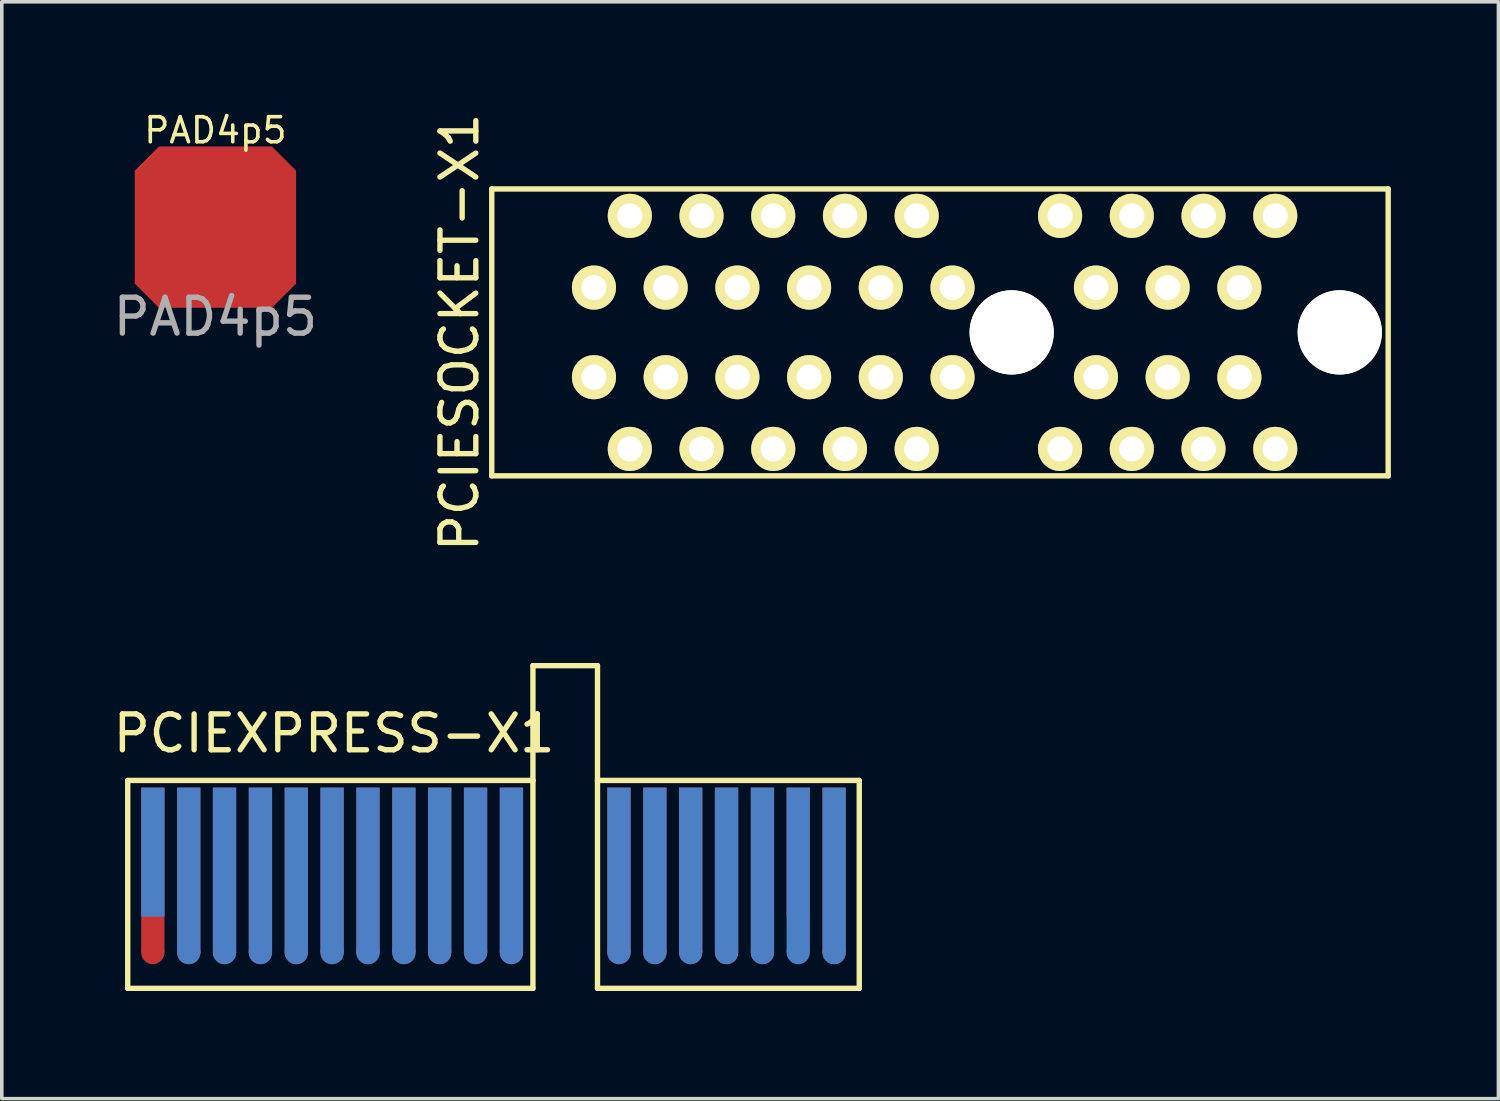
<source format=kicad_pcb>
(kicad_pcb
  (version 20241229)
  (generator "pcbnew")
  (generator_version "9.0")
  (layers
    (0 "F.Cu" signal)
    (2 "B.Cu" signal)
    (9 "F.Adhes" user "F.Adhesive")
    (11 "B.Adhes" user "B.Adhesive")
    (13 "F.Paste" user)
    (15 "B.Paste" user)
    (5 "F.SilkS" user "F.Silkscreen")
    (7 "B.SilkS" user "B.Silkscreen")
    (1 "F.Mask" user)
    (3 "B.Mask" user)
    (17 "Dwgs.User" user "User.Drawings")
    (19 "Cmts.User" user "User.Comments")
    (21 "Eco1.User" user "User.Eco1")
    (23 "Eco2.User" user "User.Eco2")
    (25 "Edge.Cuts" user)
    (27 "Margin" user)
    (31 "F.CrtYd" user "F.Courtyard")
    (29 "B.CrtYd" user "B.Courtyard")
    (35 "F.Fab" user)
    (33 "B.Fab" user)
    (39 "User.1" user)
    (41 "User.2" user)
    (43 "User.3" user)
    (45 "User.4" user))
  (footprint "PCIEXPRESS-X1"
    (layer "F.Cu")
    (at 10.713 21.215)
    (property "Reference" "PCIEXPRESS-X1" (at -4.445 -3.81 0) (layer "F.SilkS") (effects (font (size 1 1) (thickness 0.15))))
    (attr through_hole)
    (fp_line (start -10.201 -2.499) (end 1.1 -2.499) (stroke (width 0.15) (type solid)) (layer "F.SilkS"))
    (fp_line (start -10.201 3.299) (end -10.201 -2.499) (stroke (width 0.15) (type solid)) (layer "F.SilkS"))
    (fp_line (start 1.1 -5.7) (end 2.901 -5.7) (stroke (width 0.15) (type solid)) (layer "F.SilkS"))
    (fp_line (start 1.1 -2.499) (end 1.1 -5.7) (stroke (width 0.15) (type solid)) (layer "F.SilkS"))
    (fp_line (start 1.1 -2.499) (end 1.1 3.299) (stroke (width 0.15) (type solid)) (layer "F.SilkS"))
    (fp_line (start 1.1 3.299) (end -10.201 3.299) (stroke (width 0.15) (type solid)) (layer "F.SilkS"))
    (fp_line (start 2.901 -5.7) (end 2.901 -2.499) (stroke (width 0.15) (type solid)) (layer "F.SilkS"))
    (fp_line (start 2.901 -2.499) (end 2.901 3.299) (stroke (width 0.15) (type solid)) (layer "F.SilkS"))
    (fp_line (start 2.901 3.299) (end 10.201 3.299) (stroke (width 0.15) (type solid)) (layer "F.SilkS"))
    (fp_line (start 10.201 -2.499) (end 2.901 -2.499) (stroke (width 0.15) (type solid)) (layer "F.SilkS"))
    (fp_line (start 10.201 -2.499) (end 10.201 3.299) (stroke (width 0.15) (type solid)) (layer "F.SilkS"))
    (pad "A1" connect rect (at -9.5 -0.5) (size 0.65 3.599) (layers "B.Cu" "B.Mask"))
    (pad "A2" connect rect (at -8.499 0) (size 0.65 4.6) (layers "B.Cu" "B.Mask"))
    (pad "A2" connect oval (at -8.499 2.301 90) (size 0.65 0.65) (layers "B.Cu" "B.Mask"))
    (pad "A3" connect rect (at -7.501 0) (size 0.65 4.6) (layers "B.Cu" "B.Mask"))
    (pad "A3" connect oval (at -7.501 2.301 90) (size 0.65 0.65) (layers "B.Cu" "B.Mask"))
    (pad "A4" connect rect (at -6.5 0) (size 0.65 4.6) (layers "B.Cu" "B.Mask"))
    (pad "A4" connect oval (at -6.5 2.301 90) (size 0.65 0.65) (layers "B.Cu" "B.Mask"))
    (pad "A5" connect rect (at -5.499 0) (size 0.65 4.6) (layers "B.Cu" "B.Mask"))
    (pad "A5" connect oval (at -5.499 2.301 90) (size 0.65 0.65) (layers "B.Cu" "B.Mask"))
    (pad "A6" connect rect (at -4.501 0) (size 0.65 4.6) (layers "B.Cu" "B.Mask"))
    (pad "A6" connect oval (at -4.501 2.301 90) (size 0.65 0.65) (layers "B.Cu" "B.Mask"))
    (pad "A7" connect rect (at -3.5 0) (size 0.65 4.6) (layers "B.Cu" "B.Mask"))
    (pad "A7" connect oval (at -3.5 2.301 90) (size 0.65 0.65) (layers "B.Cu" "B.Mask"))
    (pad "A8" connect rect (at -2.499 0) (size 0.65 4.6) (layers "B.Cu" "B.Mask"))
    (pad "A8" connect oval (at -2.499 2.301 90) (size 0.65 0.65) (layers "B.Cu" "B.Mask"))
    (pad "A9" connect rect (at -1.501 0) (size 0.65 4.6) (layers "B.Cu" "B.Mask"))
    (pad "A9" connect oval (at -1.501 2.301 90) (size 0.65 0.65) (layers "B.Cu" "B.Mask"))
    (pad "A10" connect rect (at -0.5 0) (size 0.65 4.6) (layers "B.Cu" "B.Mask"))
    (pad "A10" connect oval (at -0.5 2.301 90) (size 0.65 0.65) (layers "B.Cu" "B.Mask"))
    (pad "A11" connect rect (at 0.5 0) (size 0.65 4.6) (layers "B.Cu" "B.Mask"))
    (pad "A11" connect oval (at 0.5 2.301 90) (size 0.65 0.65) (layers "B.Cu" "B.Mask"))
    (pad "A12" connect rect (at 3.5 0) (size 0.65 4.6) (layers "B.Cu" "B.Mask"))
    (pad "A12" connect oval (at 3.5 2.301 90) (size 0.65 0.65) (layers "B.Cu" "B.Mask"))
    (pad "A13" connect rect (at 4.501 0) (size 0.65 4.6) (layers "B.Cu" "B.Mask"))
    (pad "A13" connect oval (at 4.501 2.301 90) (size 0.65 0.65) (layers "B.Cu" "B.Mask"))
    (pad "A14" connect rect (at 5.499 0) (size 0.65 4.6) (layers "B.Cu" "B.Mask"))
    (pad "A14" connect oval (at 5.499 2.301 90) (size 0.65 0.65) (layers "B.Cu" "B.Mask"))
    (pad "A15" connect rect (at 6.5 0) (size 0.65 4.6) (layers "B.Cu" "B.Mask"))
    (pad "A15" connect oval (at 6.5 2.301 90) (size 0.65 0.65) (layers "B.Cu" "B.Mask"))
    (pad "A16" connect rect (at 7.501 0) (size 0.65 4.6) (layers "B.Cu" "B.Mask"))
    (pad "A16" connect oval (at 7.501 2.301 90) (size 0.65 0.65) (layers "B.Cu" "B.Mask"))
    (pad "A17" connect rect (at 8.499 0) (size 0.65 4.6) (layers "B.Cu" "B.Mask"))
    (pad "A17" connect oval (at 8.499 2.301 90) (size 0.65 0.65) (layers "B.Cu" "B.Mask"))
    (pad "A18" connect rect (at 9.5 0) (size 0.65 4.6) (layers "B.Cu" "B.Mask"))
    (pad "A18" connect oval (at 9.5 2.301 90) (size 0.65 0.65) (layers "B.Cu" "B.Mask"))
    (pad "B1" connect rect (at -9.5 0) (size 0.65 4.6) (layers "F.Cu" "F.Mask"))
    (pad "B1" connect circle (at -9.5 2.301) (size 0.65 0.65) (layers "F.Cu" "F.Mask"))
    (pad "B2" connect rect (at -8.499 0) (size 0.65 4.6) (layers "F.Cu" "F.Mask"))
    (pad "B2" connect circle (at -8.499 2.301) (size 0.65 0.65) (layers "F.Cu" "F.Mask"))
    (pad "B3" connect rect (at -7.501 0) (size 0.65 4.6) (layers "F.Cu" "F.Mask"))
    (pad "B3" connect circle (at -7.501 2.301) (size 0.65 0.65) (layers "F.Cu" "F.Mask"))
    (pad "B4" connect rect (at -6.5 0) (size 0.65 4.6) (layers "F.Cu" "F.Mask"))
    (pad "B4" connect circle (at -6.5 2.301) (size 0.65 0.65) (layers "F.Cu" "F.Mask"))
    (pad "B5" connect rect (at -5.499 0) (size 0.65 4.6) (layers "F.Cu" "F.Mask"))
    (pad "B5" connect circle (at -5.499 2.301) (size 0.65 0.65) (layers "F.Cu" "F.Mask"))
    (pad "B6" connect rect (at -4.501 0) (size 0.65 4.6) (layers "F.Cu" "F.Mask"))
    (pad "B6" connect circle (at -4.501 2.301) (size 0.65 0.65) (layers "F.Cu" "F.Mask"))
    (pad "B7" connect rect (at -3.5 0) (size 0.65 4.6) (layers "F.Cu" "F.Mask"))
    (pad "B7" connect circle (at -3.5 2.301) (size 0.65 0.65) (layers "F.Cu" "F.Mask"))
    (pad "B8" connect rect (at -2.499 0) (size 0.65 4.6) (layers "F.Cu" "F.Mask"))
    (pad "B8" connect circle (at -2.499 2.301) (size 0.65 0.65) (layers "F.Cu" "F.Mask"))
    (pad "B9" connect rect (at -1.501 0) (size 0.65 4.6) (layers "F.Cu" "F.Mask"))
    (pad "B9" connect circle (at -1.501 2.301) (size 0.65 0.65) (layers "F.Cu" "F.Mask"))
    (pad "B10" connect rect (at -0.5 0) (size 0.65 4.6) (layers "F.Cu" "F.Mask"))
    (pad "B10" connect circle (at -0.5 2.301) (size 0.65 0.65) (layers "F.Cu" "F.Mask"))
    (pad "B11" connect rect (at 0.5 0) (size 0.65 4.6) (layers "F.Cu" "F.Mask"))
    (pad "B11" connect circle (at 0.5 2.301) (size 0.65 0.65) (layers "F.Cu" "F.Mask"))
    (pad "B12" connect rect (at 3.5 0) (size 0.65 4.6) (layers "F.Cu" "F.Mask"))
    (pad "B12" connect circle (at 3.5 2.301) (size 0.65 0.65) (layers "F.Cu" "F.Mask"))
    (pad "B13" connect rect (at 4.501 0) (size 0.65 4.6) (layers "F.Cu" "F.Mask"))
    (pad "B13" connect circle (at 4.501 2.301) (size 0.65 0.65) (layers "F.Cu" "F.Mask"))
    (pad "B14" connect rect (at 5.499 0) (size 0.65 4.6) (layers "F.Cu" "F.Mask"))
    (pad "B14" connect circle (at 5.499 2.301) (size 0.65 0.65) (layers "F.Cu" "F.Mask"))
    (pad "B15" connect rect (at 6.5 0) (size 0.65 4.6) (layers "F.Cu" "F.Mask"))
    (pad "B15" connect circle (at 6.5 2.301) (size 0.65 0.65) (layers "F.Cu" "F.Mask"))
    (pad "B16" connect rect (at 7.501 0) (size 0.65 4.6) (layers "F.Cu" "F.Mask"))
    (pad "B16" connect circle (at 7.501 2.301) (size 0.65 0.65) (layers "F.Cu" "F.Mask"))
    (pad "B17" connect rect (at 8.499 -0.5) (size 0.65 3.599) (layers "F.Cu" "F.Mask"))
    (pad "B18" connect rect (at 9.5 0) (size 0.65 4.6) (layers "F.Cu" "F.Mask"))
    (pad "B18" connect circle (at 9.5 2.301) (size 0.65 0.65) (layers "F.Cu" "F.Mask")))
  (footprint "PAD4p5"
    (layer "F.Cu")
    (at 2.958 3.285)
    (property "Reference" "PAD4p5" (at 0 -2.7 0) (unlocked yes) (layer "F.SilkS") (effects (font (size 0.7 0.7) (thickness 0.1))))
    (attr smd)
    (fp_text user "${REFERENCE}" (at 0 2.5 0) (unlocked yes) (layer "F.Fab") (effects (font (size 1 1) (thickness 0.15))))
    (pad "1" smd roundrect (at 0 0) (size 4.5 4.5) (layers "F.Cu" "F.Mask" "F.Paste") (roundrect_rratio 0) (chamfer_ratio 0.15) (chamfer top_left top_right bottom_left bottom_right)))
  (footprint "PCIESOCKET-X1"
    (layer "F.Cu")
    (at 23.165 6.22)
    (property "Reference" "PCIESOCKET-X1" (at -13.4 0 90) (layer "F.SilkS") (effects (font (size 1 1) (thickness 0.15))))
    (attr through_hole)
    (fp_line (start -12.5 -4) (end -12.5 4) (stroke (width 0.15) (type solid)) (layer "F.SilkS"))
    (fp_line (start -12.5 -4) (end 12.5 -4) (stroke (width 0.15) (type solid)) (layer "F.SilkS"))
    (fp_line (start -12.5 4) (end 12.5 4) (stroke (width 0.15) (type solid)) (layer "F.SilkS"))
    (fp_line (start 12.5 -4) (end 12.5 4) (stroke (width 0.15) (type solid)) (layer "F.SilkS"))
    (pad "" np_thru_hole circle (at 2 0) (size 2.35 2.35) (drill 2.35) (layers "*.Cu" "*.Mask" "F.SilkS"))
    (pad "" np_thru_hole circle (at 11.15 0) (size 2.35 2.35) (drill 2.35) (layers "*.Cu" "*.Mask" "F.SilkS"))
    (pad "A1" thru_hole circle (at -9.65 -1.25) (size 1.23 1.23) (drill 0.7) (layers "*.Cu" "*.Mask" "F.SilkS"))
    (pad "A2" thru_hole circle (at -8.65 -3.25) (size 1.23 1.23) (drill 0.7) (layers "*.Cu" "*.Mask" "F.SilkS"))
    (pad "A3" thru_hole circle (at -7.65 -1.25) (size 1.23 1.23) (drill 0.7) (layers "*.Cu" "*.Mask" "F.SilkS"))
    (pad "A4" thru_hole circle (at -6.65 -3.25) (size 1.23 1.23) (drill 0.7) (layers "*.Cu" "*.Mask" "F.SilkS"))
    (pad "A5" thru_hole circle (at -5.65 -1.25) (size 1.23 1.23) (drill 0.7) (layers "*.Cu" "*.Mask" "F.SilkS"))
    (pad "A6" thru_hole circle (at -4.65 -3.25) (size 1.23 1.23) (drill 0.7) (layers "*.Cu" "*.Mask" "F.SilkS"))
    (pad "A7" thru_hole circle (at -3.65 -1.25) (size 1.23 1.23) (drill 0.7) (layers "*.Cu" "*.Mask" "F.SilkS"))
    (pad "A8" thru_hole circle (at -2.65 -3.25) (size 1.23 1.23) (drill 0.7) (layers "*.Cu" "*.Mask" "F.SilkS"))
    (pad "A9" thru_hole circle (at -1.65 -1.25) (size 1.23 1.23) (drill 0.7) (layers "*.Cu" "*.Mask" "F.SilkS"))
    (pad "A10" thru_hole circle (at -0.65 -3.25) (size 1.23 1.23) (drill 0.7) (layers "*.Cu" "*.Mask" "F.SilkS"))
    (pad "A11" thru_hole circle (at 0.35 -1.25) (size 1.23 1.23) (drill 0.7) (layers "*.Cu" "*.Mask" "F.SilkS"))
    (pad "A12" thru_hole circle (at 3.35 -3.25) (size 1.23 1.23) (drill 0.7) (layers "*.Cu" "*.Mask" "F.SilkS"))
    (pad "A13" thru_hole circle (at 4.35 -1.25) (size 1.23 1.23) (drill 0.7) (layers "*.Cu" "*.Mask" "F.SilkS"))
    (pad "A14" thru_hole circle (at 5.35 -3.25) (size 1.23 1.23) (drill 0.7) (layers "*.Cu" "*.Mask" "F.SilkS"))
    (pad "A15" thru_hole circle (at 6.35 -1.25) (size 1.23 1.23) (drill 0.7) (layers "*.Cu" "*.Mask" "F.SilkS"))
    (pad "A16" thru_hole circle (at 7.35 -3.25) (size 1.23 1.23) (drill 0.7) (layers "*.Cu" "*.Mask" "F.SilkS"))
    (pad "A17" thru_hole circle (at 8.35 -1.25) (size 1.23 1.23) (drill 0.7) (layers "*.Cu" "*.Mask" "F.SilkS"))
    (pad "A18" thru_hole circle (at 9.35 -3.25) (size 1.23 1.23) (drill 0.7) (layers "*.Cu" "*.Mask" "F.SilkS"))
    (pad "B1" thru_hole circle (at -9.65 1.25) (size 1.23 1.23) (drill 0.7) (layers "*.Cu" "*.Mask" "F.SilkS"))
    (pad "B2" thru_hole circle (at -8.65 3.25) (size 1.23 1.23) (drill 0.7) (layers "*.Cu" "*.Mask" "F.SilkS"))
    (pad "B3" thru_hole circle (at -7.65 1.25) (size 1.23 1.23) (drill 0.7) (layers "*.Cu" "*.Mask" "F.SilkS"))
    (pad "B4" thru_hole circle (at -6.65 3.25) (size 1.23 1.23) (drill 0.7) (layers "*.Cu" "*.Mask" "F.SilkS"))
    (pad "B5" thru_hole circle (at -5.65 1.25) (size 1.23 1.23) (drill 0.7) (layers "*.Cu" "*.Mask" "F.SilkS"))
    (pad "B6" thru_hole circle (at -4.65 3.25) (size 1.23 1.23) (drill 0.7) (layers "*.Cu" "*.Mask" "F.SilkS"))
    (pad "B7" thru_hole circle (at -3.65 1.25) (size 1.23 1.23) (drill 0.7) (layers "*.Cu" "*.Mask" "F.SilkS"))
    (pad "B8" thru_hole circle (at -2.65 3.25) (size 1.23 1.23) (drill 0.7) (layers "*.Cu" "*.Mask" "F.SilkS"))
    (pad "B9" thru_hole circle (at -1.65 1.25) (size 1.23 1.23) (drill 0.7) (layers "*.Cu" "*.Mask" "F.SilkS"))
    (pad "B10" thru_hole circle (at -0.65 3.25) (size 1.23 1.23) (drill 0.7) (layers "*.Cu" "*.Mask" "F.SilkS"))
    (pad "B11" thru_hole circle (at 0.35 1.25) (size 1.23 1.23) (drill 0.7) (layers "*.Cu" "*.Mask" "F.SilkS"))
    (pad "B12" thru_hole circle (at 3.35 3.25) (size 1.23 1.23) (drill 0.7) (layers "*.Cu" "*.Mask" "F.SilkS"))
    (pad "B13" thru_hole circle (at 4.35 1.25) (size 1.23 1.23) (drill 0.7) (layers "*.Cu" "*.Mask" "F.SilkS"))
    (pad "B14" thru_hole circle (at 5.35 3.25) (size 1.23 1.23) (drill 0.7) (layers "*.Cu" "*.Mask" "F.SilkS"))
    (pad "B15" thru_hole circle (at 6.35 1.25) (size 1.23 1.23) (drill 0.7) (layers "*.Cu" "*.Mask" "F.SilkS"))
    (pad "B16" thru_hole circle (at 7.35 3.25) (size 1.23 1.23) (drill 0.7) (layers "*.Cu" "*.Mask" "F.SilkS"))
    (pad "B17" thru_hole circle (at 8.35 1.25) (size 1.23 1.23) (drill 0.7) (layers "*.Cu" "*.Mask" "F.SilkS"))
    (pad "B18" thru_hole circle (at 9.35 3.25) (size 1.23 1.23) (drill 0.7) (layers "*.Cu" "*.Mask" "F.SilkS")))
  (gr_rect
    (start -3 -3)
    (end 38.74 27.59)
    (stroke (width 0.1) (type default))
    (fill no)
    (layer "Edge.Cuts")))
</source>
